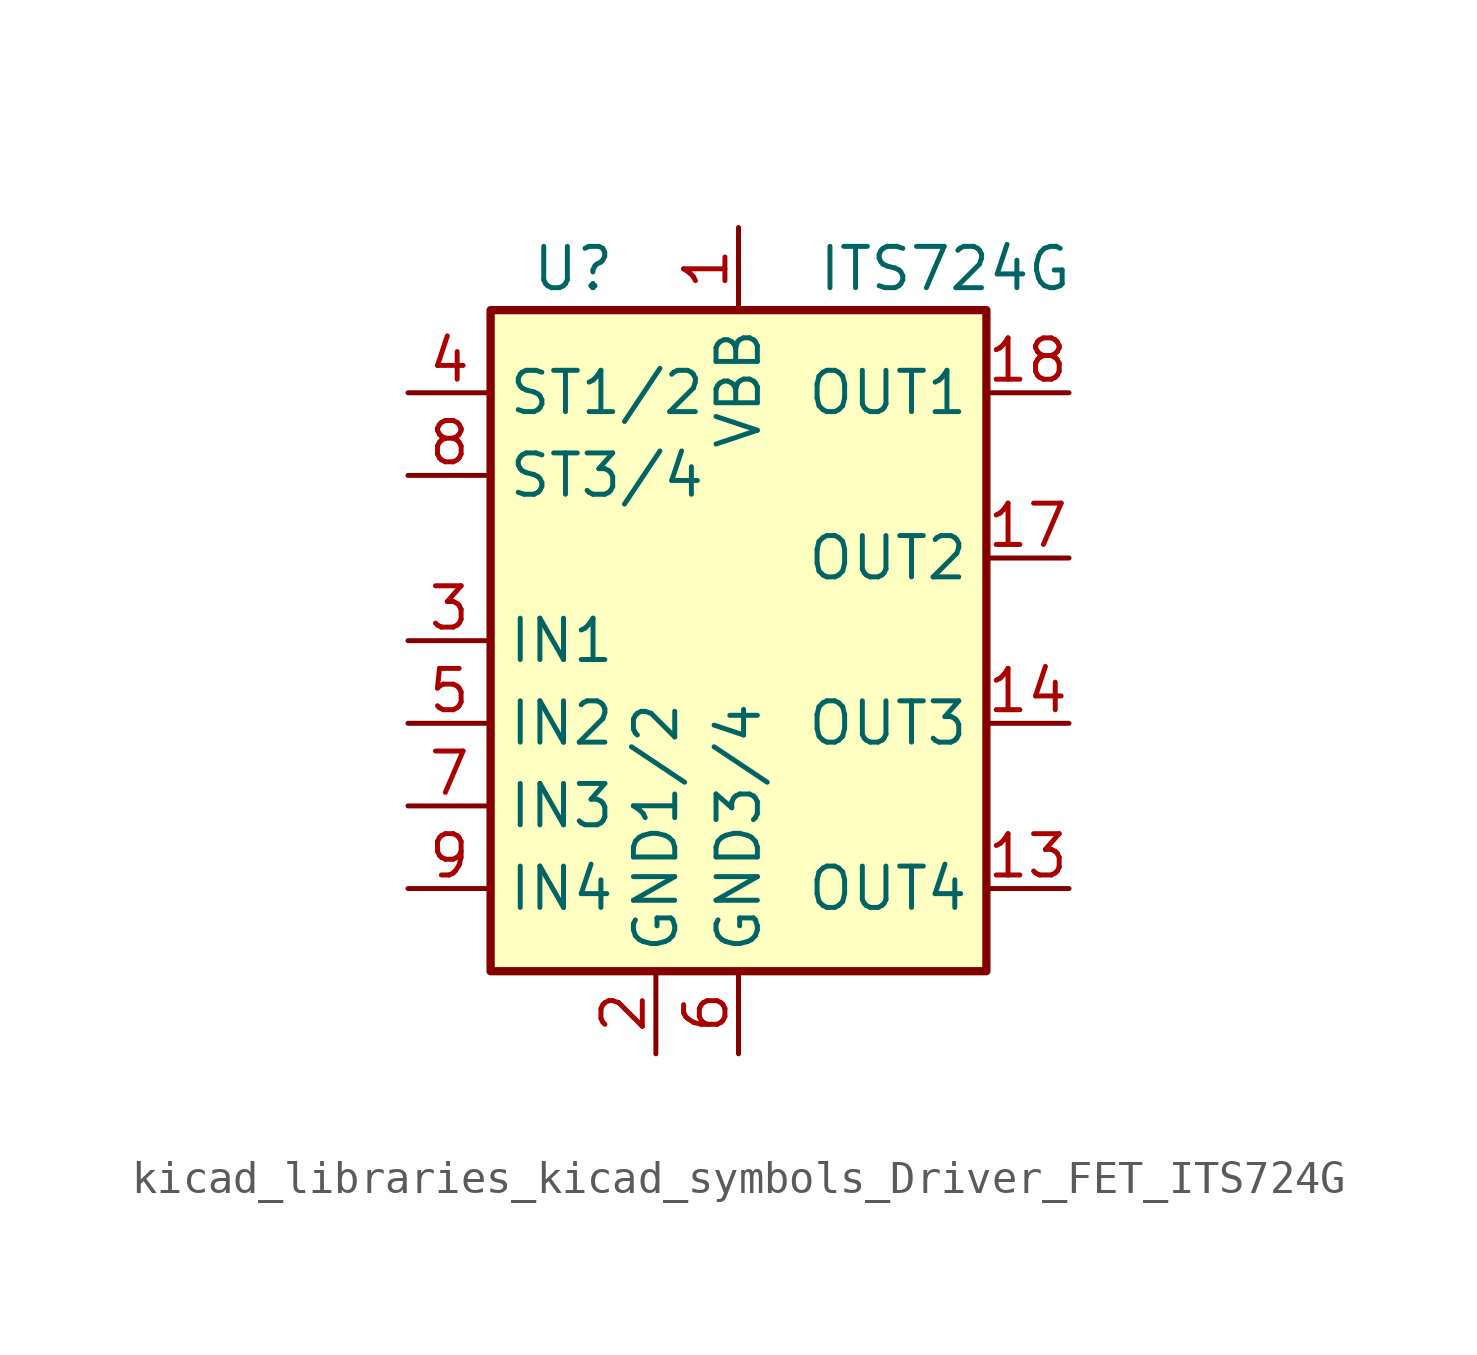
<source format=kicad_sym>
(kicad_symbol_lib
  (version 20220914)
  (generator kicad_symbol_editor)
  (symbol "kicad_libraries_kicad_symbols_Driver_FET_ITS724G"
    (property "Reference" "U"
      (at -5.08 11.43 0)
      (effects (font (size 1.27 1.27))))
    (property "Value" "ITS724G"
      (at 6.35 11.43 0)
      (effects (font (size 1.27 1.27))))
    (symbol "kicad_libraries_kicad_symbols_Driver_FET_ITS724G_0_1"
      (rectangle (start -7.62 10.16) (end 7.62 -10.16) (stroke (width 0.254) (type default)) (fill (type background))))
    (symbol "kicad_libraries_kicad_symbols_Driver_FET_ITS724G_1_1"
      (pin power_in line (at 0 12.7 270) (length 2.54) (name "VBB" (effects (font (size 1.27 1.27)))) (number "1" (effects (font (size 1.27 1.27)))))
      (pin passive line (at 0 12.7 270) (length 2.54) hide (name "VBB" (effects (font (size 1.27 1.27)))) (number "10" (effects (font (size 1.27 1.27)))))
      (pin passive line (at 0 12.7 270) (length 2.54) hide (name "VBB" (effects (font (size 1.27 1.27)))) (number "11" (effects (font (size 1.27 1.27)))))
      (pin passive line (at 0 12.7 270) (length 2.54) hide (name "VBB" (effects (font (size 1.27 1.27)))) (number "12" (effects (font (size 1.27 1.27)))))
      (pin open_emitter line (at 10.16 -7.62 180) (length 2.54) (name "OUT4" (effects (font (size 1.27 1.27)))) (number "13" (effects (font (size 1.27 1.27)))))
      (pin open_emitter line (at 10.16 -2.54 180) (length 2.54) (name "OUT3" (effects (font (size 1.27 1.27)))) (number "14" (effects (font (size 1.27 1.27)))))
      (pin passive line (at 0 12.7 270) (length 2.54) hide (name "VBB" (effects (font (size 1.27 1.27)))) (number "15" (effects (font (size 1.27 1.27)))))
      (pin passive line (at 0 12.7 270) (length 2.54) hide (name "VBB" (effects (font (size 1.27 1.27)))) (number "16" (effects (font (size 1.27 1.27)))))
      (pin open_emitter line (at 10.16 2.54 180) (length 2.54) (name "OUT2" (effects (font (size 1.27 1.27)))) (number "17" (effects (font (size 1.27 1.27)))))
      (pin open_emitter line (at 10.16 7.62 180) (length 2.54) (name "OUT1" (effects (font (size 1.27 1.27)))) (number "18" (effects (font (size 1.27 1.27)))))
      (pin passive line (at 0 12.7 270) (length 2.54) hide (name "VBB" (effects (font (size 1.27 1.27)))) (number "19" (effects (font (size 1.27 1.27)))))
      (pin power_in line (at -2.54 -12.7 90) (length 2.54) (name "GND1/2" (effects (font (size 1.27 1.27)))) (number "2" (effects (font (size 1.27 1.27)))))
      (pin passive line (at 0 12.7 270) (length 2.54) hide (name "VBB" (effects (font (size 1.27 1.27)))) (number "20" (effects (font (size 1.27 1.27)))))
      (pin input line (at -10.16 0 0) (length 2.54) (name "IN1" (effects (font (size 1.27 1.27)))) (number "3" (effects (font (size 1.27 1.27)))))
      (pin open_collector line (at -10.16 7.62 0) (length 2.54) (name "ST1/2" (effects (font (size 1.27 1.27)))) (number "4" (effects (font (size 1.27 1.27)))))
      (pin input line (at -10.16 -2.54 0) (length 2.54) (name "IN2" (effects (font (size 1.27 1.27)))) (number "5" (effects (font (size 1.27 1.27)))))
      (pin power_in line (at 0 -12.7 90) (length 2.54) (name "GND3/4" (effects (font (size 1.27 1.27)))) (number "6" (effects (font (size 1.27 1.27)))))
      (pin input line (at -10.16 -5.08 0) (length 2.54) (name "IN3" (effects (font (size 1.27 1.27)))) (number "7" (effects (font (size 1.27 1.27)))))
      (pin open_collector line (at -10.16 5.08 0) (length 2.54) (name "ST3/4" (effects (font (size 1.27 1.27)))) (number "8" (effects (font (size 1.27 1.27)))))
      (pin input line (at -10.16 -7.62 0) (length 2.54) (name "IN4" (effects (font (size 1.27 1.27)))) (number "9" (effects (font (size 1.27 1.27))))))))
</source>
